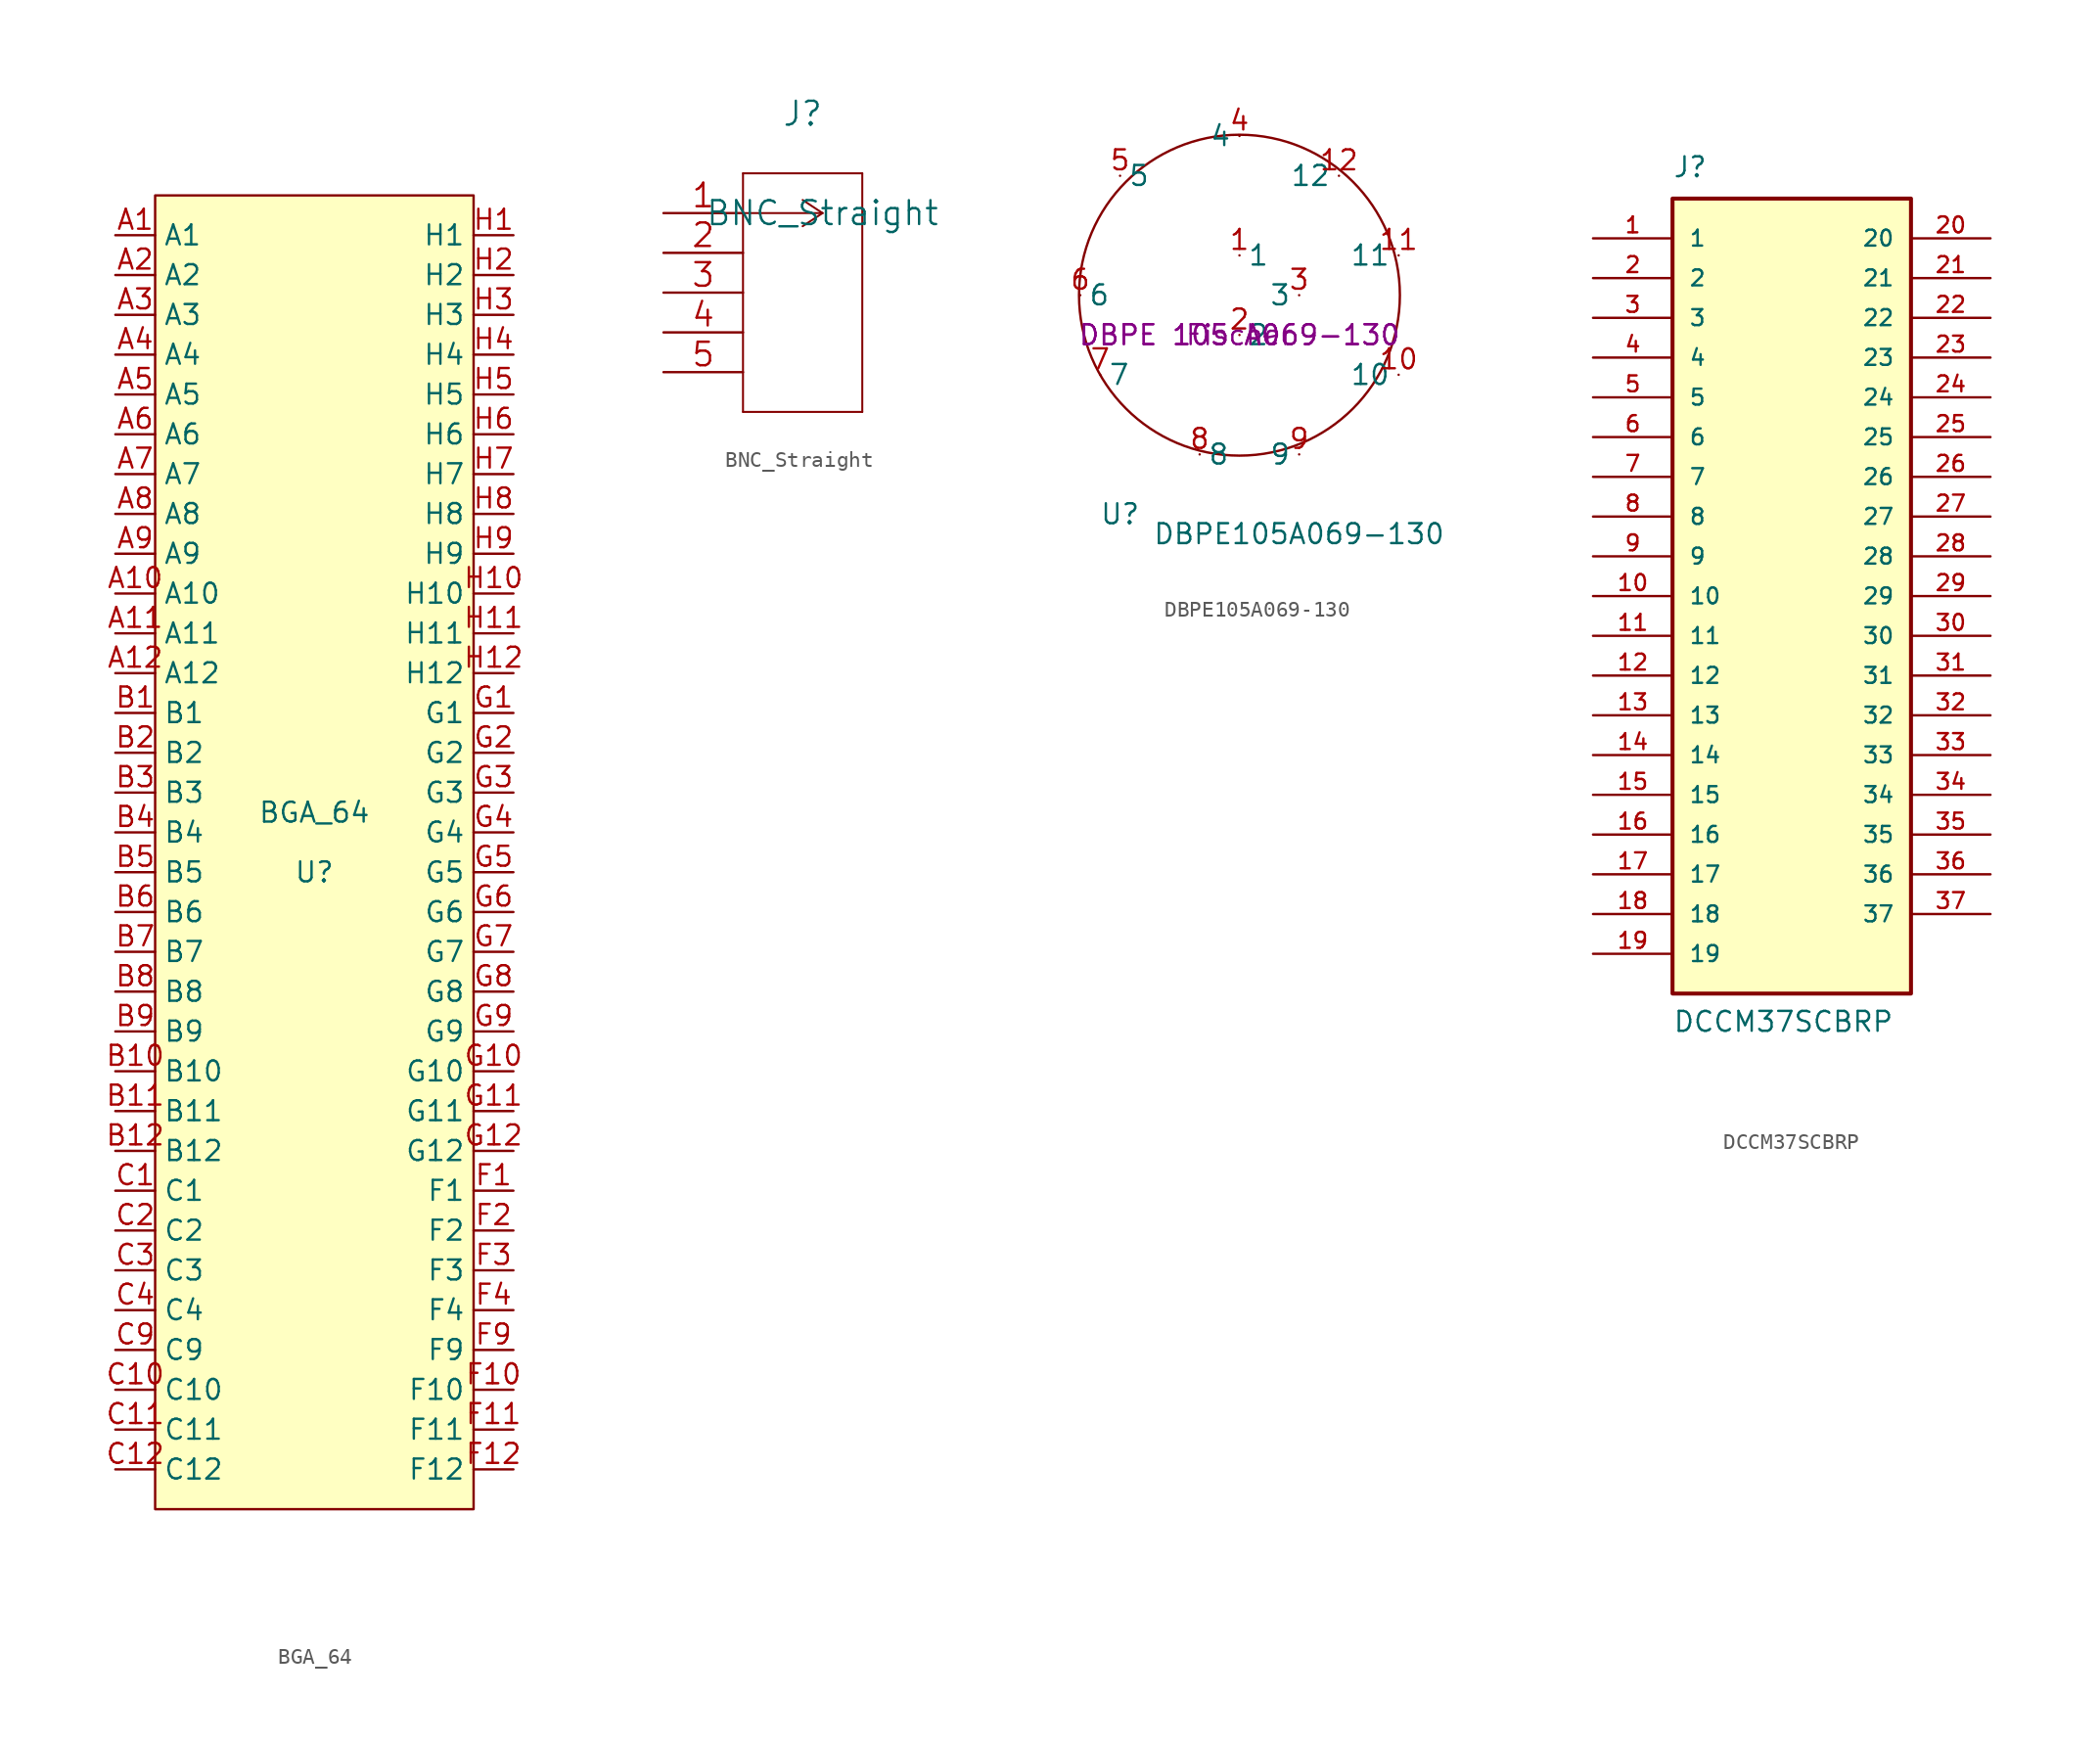
<source format=kicad_sym>
(kicad_symbol_lib
  (version 20211014)
  (generator kicad_symbol_editor)
  (symbol "BGA_64"
    (property "Reference" "U"
      (at 12.7 38.1 0)
      (effects (font (size 1.27 1.27))))
    (property "Value" "BGA_64"
      (at 12.7 41.91 0)
      (effects (font (size 1.27 1.27))))
    (symbol "BGA_64_0_0"
      (pin passive line (at 0 55.88 0) (length 2.54) (name "A10" (effects (font (size 1.27 1.27)))) (number "A10" (effects (font (size 1.27 1.27)))))
      (pin passive line (at 0 53.34 0) (length 2.54) (name "A11" (effects (font (size 1.27 1.27)))) (number "A11" (effects (font (size 1.27 1.27)))))
      (pin passive line (at 0 50.8 0) (length 2.54) (name "A12" (effects (font (size 1.27 1.27)))) (number "A12" (effects (font (size 1.27 1.27)))))
      (pin passive line (at 0 58.42 0) (length 2.54) (name "A9" (effects (font (size 1.27 1.27)))) (number "A9" (effects (font (size 1.27 1.27)))))
      (pin passive line (at 0 48.26 0) (length 2.54) (name "B1" (effects (font (size 1.27 1.27)))) (number "B1" (effects (font (size 1.27 1.27)))))
      (pin passive line (at 0 45.72 0) (length 2.54) (name "B2" (effects (font (size 1.27 1.27)))) (number "B2" (effects (font (size 1.27 1.27)))))
      (pin passive line (at 0 43.18 0) (length 2.54) (name "B3" (effects (font (size 1.27 1.27)))) (number "B3" (effects (font (size 1.27 1.27)))))
      (pin passive line (at 0 40.64 0) (length 2.54) (name "B4" (effects (font (size 1.27 1.27)))) (number "B4" (effects (font (size 1.27 1.27)))))
      (pin passive line (at 0 17.78 0) (length 2.54) (name "C1" (effects (font (size 1.27 1.27)))) (number "C1" (effects (font (size 1.27 1.27)))))
      (pin passive line (at 0 5.08 0) (length 2.54) (name "C10" (effects (font (size 1.27 1.27)))) (number "C10" (effects (font (size 1.27 1.27)))))
      (pin passive line (at 0 2.54 0) (length 2.54) (name "C11" (effects (font (size 1.27 1.27)))) (number "C11" (effects (font (size 1.27 1.27)))))
      (pin passive line (at 0 0 0) (length 2.54) (name "C12" (effects (font (size 1.27 1.27)))) (number "C12" (effects (font (size 1.27 1.27)))))
      (pin passive line (at 0 15.24 0) (length 2.54) (name "C2" (effects (font (size 1.27 1.27)))) (number "C2" (effects (font (size 1.27 1.27)))))
      (pin passive line (at 0 12.7 0) (length 2.54) (name "C3" (effects (font (size 1.27 1.27)))) (number "C3" (effects (font (size 1.27 1.27)))))
      (pin passive line (at 0 10.16 0) (length 2.54) (name "C4" (effects (font (size 1.27 1.27)))) (number "C4" (effects (font (size 1.27 1.27)))))
      (pin passive line (at 0 7.62 0) (length 2.54) (name "C9" (effects (font (size 1.27 1.27)))) (number "C9" (effects (font (size 1.27 1.27)))))
      (pin passive line (at 25.4 17.78 180) (length 2.54) (name "F1" (effects (font (size 1.27 1.27)))) (number "F1" (effects (font (size 1.27 1.27)))))
      (pin passive line (at 25.4 5.08 180) (length 2.54) (name "F10" (effects (font (size 1.27 1.27)))) (number "F10" (effects (font (size 1.27 1.27)))))
      (pin passive line (at 25.4 2.54 180) (length 2.54) (name "F11" (effects (font (size 1.27 1.27)))) (number "F11" (effects (font (size 1.27 1.27)))))
      (pin passive line (at 25.4 0 180) (length 2.54) (name "F12" (effects (font (size 1.27 1.27)))) (number "F12" (effects (font (size 1.27 1.27)))))
      (pin passive line (at 25.4 15.24 180) (length 2.54) (name "F2" (effects (font (size 1.27 1.27)))) (number "F2" (effects (font (size 1.27 1.27)))))
      (pin passive line (at 25.4 12.7 180) (length 2.54) (name "F3" (effects (font (size 1.27 1.27)))) (number "F3" (effects (font (size 1.27 1.27)))))
      (pin passive line (at 25.4 10.16 180) (length 2.54) (name "F4" (effects (font (size 1.27 1.27)))) (number "F4" (effects (font (size 1.27 1.27)))))
      (pin passive line (at 25.4 7.62 180) (length 2.54) (name "F9" (effects (font (size 1.27 1.27)))) (number "F9" (effects (font (size 1.27 1.27)))))
      (pin passive line (at 25.4 48.26 180) (length 2.54) (name "G1" (effects (font (size 1.27 1.27)))) (number "G1" (effects (font (size 1.27 1.27)))))
      (pin passive line (at 25.4 45.72 180) (length 2.54) (name "G2" (effects (font (size 1.27 1.27)))) (number "G2" (effects (font (size 1.27 1.27)))))
      (pin passive line (at 25.4 43.18 180) (length 2.54) (name "G3" (effects (font (size 1.27 1.27)))) (number "G3" (effects (font (size 1.27 1.27)))))
      (pin passive line (at 25.4 40.64 180) (length 2.54) (name "G4" (effects (font (size 1.27 1.27)))) (number "G4" (effects (font (size 1.27 1.27)))))
      (pin passive line (at 25.4 55.88 180) (length 2.54) (name "H10" (effects (font (size 1.27 1.27)))) (number "H10" (effects (font (size 1.27 1.27)))))
      (pin passive line (at 25.4 53.34 180) (length 2.54) (name "H11" (effects (font (size 1.27 1.27)))) (number "H11" (effects (font (size 1.27 1.27)))))
      (pin passive line (at 25.4 50.8 180) (length 2.54) (name "H12" (effects (font (size 1.27 1.27)))) (number "H12" (effects (font (size 1.27 1.27)))))
      (pin passive line (at 25.4 58.42 180) (length 2.54) (name "H9" (effects (font (size 1.27 1.27)))) (number "H9" (effects (font (size 1.27 1.27))))))
    (symbol "BGA_64_0_1"
      (rectangle (start 2.54 81.28) (end 22.86 -2.54) (stroke (width 0.152) (type default) (color 0 0 0 0)) (fill (type background))))
    (symbol "BGA_64_1_1"
      (pin passive line (at 0 78.74 0) (length 2.54) (name "A1" (effects (font (size 1.27 1.27)))) (number "A1" (effects (font (size 1.27 1.27)))))
      (pin passive line (at 0 76.2 0) (length 2.54) (name "A2" (effects (font (size 1.27 1.27)))) (number "A2" (effects (font (size 1.27 1.27)))))
      (pin passive line (at 0 73.66 0) (length 2.54) (name "A3" (effects (font (size 1.27 1.27)))) (number "A3" (effects (font (size 1.27 1.27)))))
      (pin passive line (at 0 71.12 0) (length 2.54) (name "A4" (effects (font (size 1.27 1.27)))) (number "A4" (effects (font (size 1.27 1.27)))))
      (pin passive line (at 0 68.58 0) (length 2.54) (name "A5" (effects (font (size 1.27 1.27)))) (number "A5" (effects (font (size 1.27 1.27)))))
      (pin passive line (at 0 66.04 0) (length 2.54) (name "A6" (effects (font (size 1.27 1.27)))) (number "A6" (effects (font (size 1.27 1.27)))))
      (pin passive line (at 0 63.5 0) (length 2.54) (name "A7" (effects (font (size 1.27 1.27)))) (number "A7" (effects (font (size 1.27 1.27)))))
      (pin passive line (at 0 60.96 0) (length 2.54) (name "A8" (effects (font (size 1.27 1.27)))) (number "A8" (effects (font (size 1.27 1.27)))))
      (pin passive line (at 0 25.4 0) (length 2.54) (name "B10" (effects (font (size 1.27 1.27)))) (number "B10" (effects (font (size 1.27 1.27)))))
      (pin passive line (at 0 22.86 0) (length 2.54) (name "B11" (effects (font (size 1.27 1.27)))) (number "B11" (effects (font (size 1.27 1.27)))))
      (pin passive line (at 0 20.32 0) (length 2.54) (name "B12" (effects (font (size 1.27 1.27)))) (number "B12" (effects (font (size 1.27 1.27)))))
      (pin passive line (at 0 38.1 0) (length 2.54) (name "B5" (effects (font (size 1.27 1.27)))) (number "B5" (effects (font (size 1.27 1.27)))))
      (pin passive line (at 0 35.56 0) (length 2.54) (name "B6" (effects (font (size 1.27 1.27)))) (number "B6" (effects (font (size 1.27 1.27)))))
      (pin passive line (at 0 33.02 0) (length 2.54) (name "B7" (effects (font (size 1.27 1.27)))) (number "B7" (effects (font (size 1.27 1.27)))))
      (pin passive line (at 0 30.48 0) (length 2.54) (name "B8" (effects (font (size 1.27 1.27)))) (number "B8" (effects (font (size 1.27 1.27)))))
      (pin passive line (at 0 27.94 0) (length 2.54) (name "B9" (effects (font (size 1.27 1.27)))) (number "B9" (effects (font (size 1.27 1.27)))))
      (pin passive line (at 25.4 25.4 180) (length 2.54) (name "G10" (effects (font (size 1.27 1.27)))) (number "G10" (effects (font (size 1.27 1.27)))))
      (pin passive line (at 25.4 22.86 180) (length 2.54) (name "G11" (effects (font (size 1.27 1.27)))) (number "G11" (effects (font (size 1.27 1.27)))))
      (pin passive line (at 25.4 20.32 180) (length 2.54) (name "G12" (effects (font (size 1.27 1.27)))) (number "G12" (effects (font (size 1.27 1.27)))))
      (pin passive line (at 25.4 38.1 180) (length 2.54) (name "G5" (effects (font (size 1.27 1.27)))) (number "G5" (effects (font (size 1.27 1.27)))))
      (pin passive line (at 25.4 35.56 180) (length 2.54) (name "G6" (effects (font (size 1.27 1.27)))) (number "G6" (effects (font (size 1.27 1.27)))))
      (pin passive line (at 25.4 33.02 180) (length 2.54) (name "G7" (effects (font (size 1.27 1.27)))) (number "G7" (effects (font (size 1.27 1.27)))))
      (pin passive line (at 25.4 30.48 180) (length 2.54) (name "G8" (effects (font (size 1.27 1.27)))) (number "G8" (effects (font (size 1.27 1.27)))))
      (pin passive line (at 25.4 27.94 180) (length 2.54) (name "G9" (effects (font (size 1.27 1.27)))) (number "G9" (effects (font (size 1.27 1.27)))))
      (pin passive line (at 25.4 78.74 180) (length 2.54) (name "H1" (effects (font (size 1.27 1.27)))) (number "H1" (effects (font (size 1.27 1.27)))))
      (pin passive line (at 25.4 76.2 180) (length 2.54) (name "H2" (effects (font (size 1.27 1.27)))) (number "H2" (effects (font (size 1.27 1.27)))))
      (pin passive line (at 25.4 73.66 180) (length 2.54) (name "H3" (effects (font (size 1.27 1.27)))) (number "H3" (effects (font (size 1.27 1.27)))))
      (pin passive line (at 25.4 71.12 180) (length 2.54) (name "H4" (effects (font (size 1.27 1.27)))) (number "H4" (effects (font (size 1.27 1.27)))))
      (pin passive line (at 25.4 68.58 180) (length 2.54) (name "H5" (effects (font (size 1.27 1.27)))) (number "H5" (effects (font (size 1.27 1.27)))))
      (pin passive line (at 25.4 66.04 180) (length 2.54) (name "H6" (effects (font (size 1.27 1.27)))) (number "H6" (effects (font (size 1.27 1.27)))))
      (pin passive line (at 25.4 63.5 180) (length 2.54) (name "H7" (effects (font (size 1.27 1.27)))) (number "H7" (effects (font (size 1.27 1.27)))))
      (pin passive line (at 25.4 60.96 180) (length 2.54) (name "H8" (effects (font (size 1.27 1.27)))) (number "H8" (effects (font (size 1.27 1.27)))))))
  (symbol "BNC_Straight"
    (pin_names
      (offset 0.254) hide)
    (property "Reference" "J"
      (at 8.89 6.35 0)
      (effects (font (size 1.524 1.524))))
    (property "Value" "BNC_Straight"
      (at 10.16 0 0)
      (effects (font (size 1.524 1.524))))
    (property "Datasheet" ""
      (at 0 0 0)
      (effects (font (size 1.524 1.524))))
    (property "ki_locked" ""
      (at 0 0 0)
      (effects (font (size 1.27 1.27))))
    (symbol "BNC_Straight_1_1"
      (polyline (pts (xy 5.08 -12.7) (xy 12.7 -12.7)) (stroke (width 0.127) (type default) (color 0 0 0 0)) (fill (type none)))
      (polyline (pts (xy 5.08 2.54) (xy 5.08 -12.7)) (stroke (width 0.127) (type default) (color 0 0 0 0)) (fill (type none)))
      (polyline (pts (xy 10.16 0) (xy 5.08 0)) (stroke (width 0.127) (type default) (color 0 0 0 0)) (fill (type none)))
      (polyline (pts (xy 10.16 0) (xy 8.89 -0.838)) (stroke (width 0.127) (type default) (color 0 0 0 0)) (fill (type none)))
      (polyline (pts (xy 10.16 0) (xy 8.89 0.838)) (stroke (width 0.127) (type default) (color 0 0 0 0)) (fill (type none)))
      (polyline (pts (xy 12.7 -12.7) (xy 12.7 2.54)) (stroke (width 0.127) (type default) (color 0 0 0 0)) (fill (type none)))
      (polyline (pts (xy 12.7 2.54) (xy 5.08 2.54)) (stroke (width 0.127) (type default) (color 0 0 0 0)) (fill (type none)))
      (pin input line (at 0 0 0) (length 5.08) (name "1" (effects (font (size 1.499 1.499)))) (number "1" (effects (font (size 1.499 1.499)))))
      (pin power_in line (at 0 -2.54 0) (length 5.08) (name "SHIELD" (effects (font (size 1.499 1.499)))) (number "2" (effects (font (size 1.499 1.499)))))
      (pin power_in line (at 0 -5.08 0) (length 5.08) (name "SHIELD" (effects (font (size 1.499 1.499)))) (number "3" (effects (font (size 1.499 1.499)))))
      (pin power_in line (at 0 -7.62 0) (length 5.08) (name "SHIELD" (effects (font (size 1.499 1.499)))) (number "4" (effects (font (size 1.499 1.499)))))
      (pin power_in line (at 0 -10.16 0) (length 5.08) (name "SHIELD" (effects (font (size 1.499 1.499)))) (number "5" (effects (font (size 1.499 1.499)))))))
  (symbol "DBPE105A069-130"
    (property "Reference" "U"
      (at -7.62 -11.43 0)
      (effects (font (size 1.27 1.27))))
    (property "Value" "DBPE105A069-130"
      (at 3.81 -12.7 0)
      (effects (font (size 1.27 1.27))))
    (property "Manufacturer Part Number" "DBPE 105 A069-130"
      (at 0 0 0)
      (effects (font (size 1.27 1.27))))
    (property "Supplier Part Number" "DBPE 105 A069-130"
      (at 0 0 0)
      (effects (font (size 1.27 1.27))))
    (property "Supplier" "Fischer"
      (at 0 0 0)
      (effects (font (size 1.27 1.27))))
    (symbol "DBPE105A069-130_0_1"
      (circle (center 0 2.54) (radius 10.239) (stroke (width 0.152) (type default) (color 0 0 0 0)) (fill (type none))))
    (symbol "DBPE105A069-130_1_1"
      (pin input line (at 0 5.08 0) (length 0) (name "1" (effects (font (size 1.27 1.27)))) (number "1" (effects (font (size 1.27 1.27)))))
      (pin input line (at 10.16 -2.54 180) (length 0) (name "10" (effects (font (size 1.27 1.27)))) (number "10" (effects (font (size 1.27 1.27)))))
      (pin input line (at 10.16 5.08 180) (length 0) (name "11" (effects (font (size 1.27 1.27)))) (number "11" (effects (font (size 1.27 1.27)))))
      (pin input line (at 6.35 10.16 180) (length 0) (name "12" (effects (font (size 1.27 1.27)))) (number "12" (effects (font (size 1.27 1.27)))))
      (pin input line (at 0 0 0) (length 0) (name "2" (effects (font (size 1.27 1.27)))) (number "2" (effects (font (size 1.27 1.27)))))
      (pin input line (at 3.81 2.54 180) (length 0) (name "3" (effects (font (size 1.27 1.27)))) (number "3" (effects (font (size 1.27 1.27)))))
      (pin input line (at 0 12.7 180) (length 0) (name "4" (effects (font (size 1.27 1.27)))) (number "4" (effects (font (size 1.27 1.27)))))
      (pin input line (at -7.62 10.16 0) (length 0) (name "5" (effects (font (size 1.27 1.27)))) (number "5" (effects (font (size 1.27 1.27)))))
      (pin input line (at -10.16 2.54 0) (length 0) (name "6" (effects (font (size 1.27 1.27)))) (number "6" (effects (font (size 1.27 1.27)))))
      (pin input line (at -8.89 -2.54 0) (length 0) (name "7" (effects (font (size 1.27 1.27)))) (number "7" (effects (font (size 1.27 1.27)))))
      (pin input line (at -2.54 -7.62 0) (length 0) (name "8" (effects (font (size 1.27 1.27)))) (number "8" (effects (font (size 1.27 1.27)))))
      (pin input line (at 3.81 -7.62 180) (length 0) (name "9" (effects (font (size 1.27 1.27)))) (number "9" (effects (font (size 1.27 1.27)))))))
  (symbol "DCCM37SCBRP"
    (pin_names
      (offset 1.016))
    (property "Reference" "J"
      (at -7.62 26.67 0)
      (effects (font (size 1.27 1.27)) (justify left bottom)))
    (property "Value" "DCCM37SCBRP"
      (at -7.62 -27.94 0)
      (effects (font (size 1.27 1.27)) (justify left bottom)))
    (property "ki_locked" ""
      (at 0 0 0)
      (effects (font (size 1.27 1.27))))
    (symbol "DCCM37SCBRP_0_0"
      (rectangle (start -7.62 -25.4) (end 7.62 25.4) (stroke (width 0.254) (type default) (color 0 0 0 0)) (fill (type background)))
      (pin passive line (at -12.7 22.86 0) (length 5.08) (name "1" (effects (font (size 1.016 1.016)))) (number "1" (effects (font (size 1.016 1.016)))))
      (pin passive line (at -12.7 0 0) (length 5.08) (name "10" (effects (font (size 1.016 1.016)))) (number "10" (effects (font (size 1.016 1.016)))))
      (pin passive line (at -12.7 -2.54 0) (length 5.08) (name "11" (effects (font (size 1.016 1.016)))) (number "11" (effects (font (size 1.016 1.016)))))
      (pin passive line (at -12.7 -5.08 0) (length 5.08) (name "12" (effects (font (size 1.016 1.016)))) (number "12" (effects (font (size 1.016 1.016)))))
      (pin passive line (at -12.7 -7.62 0) (length 5.08) (name "13" (effects (font (size 1.016 1.016)))) (number "13" (effects (font (size 1.016 1.016)))))
      (pin passive line (at -12.7 -10.16 0) (length 5.08) (name "14" (effects (font (size 1.016 1.016)))) (number "14" (effects (font (size 1.016 1.016)))))
      (pin passive line (at -12.7 -12.7 0) (length 5.08) (name "15" (effects (font (size 1.016 1.016)))) (number "15" (effects (font (size 1.016 1.016)))))
      (pin passive line (at -12.7 -15.24 0) (length 5.08) (name "16" (effects (font (size 1.016 1.016)))) (number "16" (effects (font (size 1.016 1.016)))))
      (pin passive line (at -12.7 -17.78 0) (length 5.08) (name "17" (effects (font (size 1.016 1.016)))) (number "17" (effects (font (size 1.016 1.016)))))
      (pin passive line (at -12.7 -20.32 0) (length 5.08) (name "18" (effects (font (size 1.016 1.016)))) (number "18" (effects (font (size 1.016 1.016)))))
      (pin passive line (at -12.7 -22.86 0) (length 5.08) (name "19" (effects (font (size 1.016 1.016)))) (number "19" (effects (font (size 1.016 1.016)))))
      (pin passive line (at -12.7 20.32 0) (length 5.08) (name "2" (effects (font (size 1.016 1.016)))) (number "2" (effects (font (size 1.016 1.016)))))
      (pin passive line (at 12.7 22.86 180) (length 5.08) (name "20" (effects (font (size 1.016 1.016)))) (number "20" (effects (font (size 1.016 1.016)))))
      (pin passive line (at 12.7 20.32 180) (length 5.08) (name "21" (effects (font (size 1.016 1.016)))) (number "21" (effects (font (size 1.016 1.016)))))
      (pin passive line (at 12.7 17.78 180) (length 5.08) (name "22" (effects (font (size 1.016 1.016)))) (number "22" (effects (font (size 1.016 1.016)))))
      (pin passive line (at 12.7 15.24 180) (length 5.08) (name "23" (effects (font (size 1.016 1.016)))) (number "23" (effects (font (size 1.016 1.016)))))
      (pin passive line (at 12.7 12.7 180) (length 5.08) (name "24" (effects (font (size 1.016 1.016)))) (number "24" (effects (font (size 1.016 1.016)))))
      (pin passive line (at 12.7 10.16 180) (length 5.08) (name "25" (effects (font (size 1.016 1.016)))) (number "25" (effects (font (size 1.016 1.016)))))
      (pin passive line (at 12.7 7.62 180) (length 5.08) (name "26" (effects (font (size 1.016 1.016)))) (number "26" (effects (font (size 1.016 1.016)))))
      (pin passive line (at 12.7 5.08 180) (length 5.08) (name "27" (effects (font (size 1.016 1.016)))) (number "27" (effects (font (size 1.016 1.016)))))
      (pin passive line (at 12.7 2.54 180) (length 5.08) (name "28" (effects (font (size 1.016 1.016)))) (number "28" (effects (font (size 1.016 1.016)))))
      (pin passive line (at 12.7 0 180) (length 5.08) (name "29" (effects (font (size 1.016 1.016)))) (number "29" (effects (font (size 1.016 1.016)))))
      (pin passive line (at -12.7 17.78 0) (length 5.08) (name "3" (effects (font (size 1.016 1.016)))) (number "3" (effects (font (size 1.016 1.016)))))
      (pin passive line (at 12.7 -2.54 180) (length 5.08) (name "30" (effects (font (size 1.016 1.016)))) (number "30" (effects (font (size 1.016 1.016)))))
      (pin passive line (at 12.7 -5.08 180) (length 5.08) (name "31" (effects (font (size 1.016 1.016)))) (number "31" (effects (font (size 1.016 1.016)))))
      (pin passive line (at 12.7 -7.62 180) (length 5.08) (name "32" (effects (font (size 1.016 1.016)))) (number "32" (effects (font (size 1.016 1.016)))))
      (pin passive line (at 12.7 -10.16 180) (length 5.08) (name "33" (effects (font (size 1.016 1.016)))) (number "33" (effects (font (size 1.016 1.016)))))
      (pin passive line (at 12.7 -12.7 180) (length 5.08) (name "34" (effects (font (size 1.016 1.016)))) (number "34" (effects (font (size 1.016 1.016)))))
      (pin passive line (at 12.7 -15.24 180) (length 5.08) (name "35" (effects (font (size 1.016 1.016)))) (number "35" (effects (font (size 1.016 1.016)))))
      (pin passive line (at 12.7 -17.78 180) (length 5.08) (name "36" (effects (font (size 1.016 1.016)))) (number "36" (effects (font (size 1.016 1.016)))))
      (pin passive line (at 12.7 -20.32 180) (length 5.08) (name "37" (effects (font (size 1.016 1.016)))) (number "37" (effects (font (size 1.016 1.016)))))
      (pin passive line (at -12.7 15.24 0) (length 5.08) (name "4" (effects (font (size 1.016 1.016)))) (number "4" (effects (font (size 1.016 1.016)))))
      (pin passive line (at -12.7 12.7 0) (length 5.08) (name "5" (effects (font (size 1.016 1.016)))) (number "5" (effects (font (size 1.016 1.016)))))
      (pin passive line (at -12.7 10.16 0) (length 5.08) (name "6" (effects (font (size 1.016 1.016)))) (number "6" (effects (font (size 1.016 1.016)))))
      (pin passive line (at -12.7 7.62 0) (length 5.08) (name "7" (effects (font (size 1.016 1.016)))) (number "7" (effects (font (size 1.016 1.016)))))
      (pin passive line (at -12.7 5.08 0) (length 5.08) (name "8" (effects (font (size 1.016 1.016)))) (number "8" (effects (font (size 1.016 1.016)))))
      (pin passive line (at -12.7 2.54 0) (length 5.08) (name "9" (effects (font (size 1.016 1.016)))) (number "9" (effects (font (size 1.016 1.016))))))))
</source>
